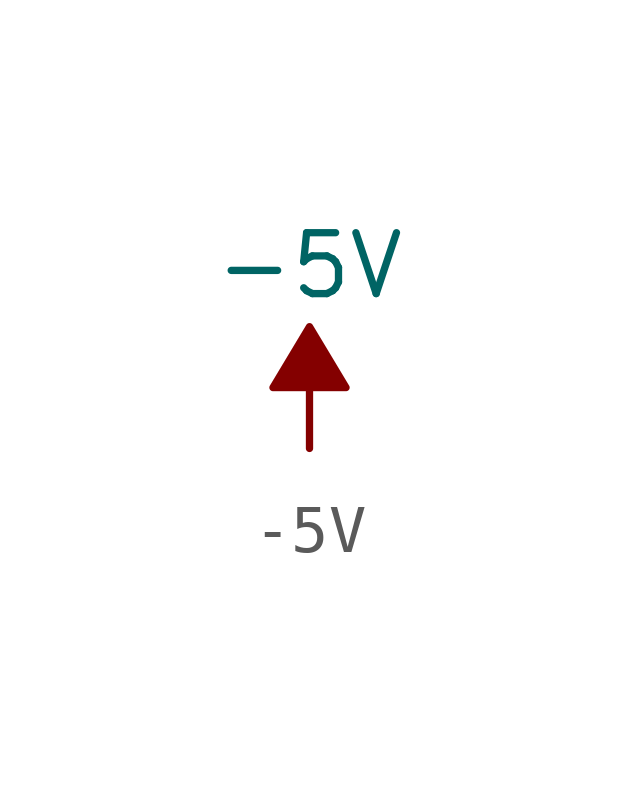
<source format=kicad_sym>
(kicad_symbol_lib
  (version 20220914)
  (generator kicad_symbol_editor)
  (symbol "-5V"
    (power)
    (pin_names
      (offset 0))
    (property "Reference" "#PWR"
      (at 0 2.54 0)
      (effects (font (size 1.27 1.27)) hide))
    (property "Value" "-5V"
      (at 0 3.81 0)
      (effects (font (size 1.27 1.27))))
    (symbol "-5V_0_0"
      (pin power_in line (at 0 0 90) (length 0) hide (name "-5V" (effects (font (size 1.27 1.27)))) (number "1" (effects (font (size 1.27 1.27))))))
    (symbol "-5V_0_1"
      (polyline (pts (xy 0 0) (xy 0 1.27) (xy 0.762 1.27) (xy 0 2.54) (xy -0.762 1.27) (xy 0 1.27)) (stroke (width 0) (type default)) (fill (type outline))))))
</source>
